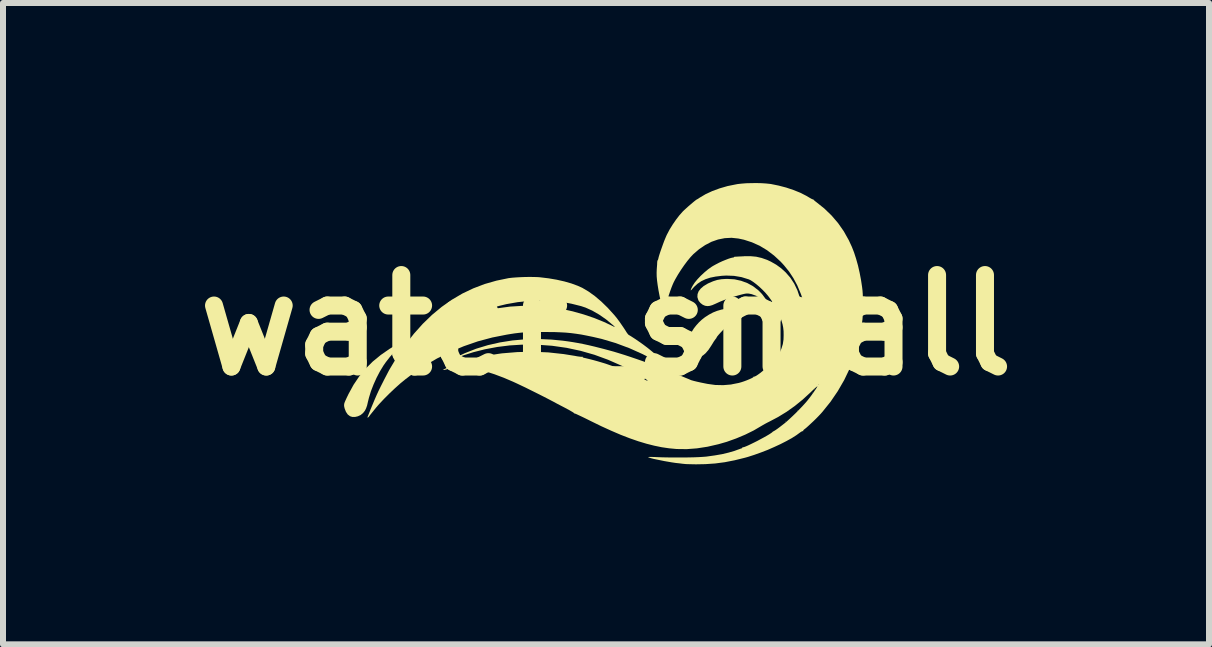
<source format=kicad_pcb>
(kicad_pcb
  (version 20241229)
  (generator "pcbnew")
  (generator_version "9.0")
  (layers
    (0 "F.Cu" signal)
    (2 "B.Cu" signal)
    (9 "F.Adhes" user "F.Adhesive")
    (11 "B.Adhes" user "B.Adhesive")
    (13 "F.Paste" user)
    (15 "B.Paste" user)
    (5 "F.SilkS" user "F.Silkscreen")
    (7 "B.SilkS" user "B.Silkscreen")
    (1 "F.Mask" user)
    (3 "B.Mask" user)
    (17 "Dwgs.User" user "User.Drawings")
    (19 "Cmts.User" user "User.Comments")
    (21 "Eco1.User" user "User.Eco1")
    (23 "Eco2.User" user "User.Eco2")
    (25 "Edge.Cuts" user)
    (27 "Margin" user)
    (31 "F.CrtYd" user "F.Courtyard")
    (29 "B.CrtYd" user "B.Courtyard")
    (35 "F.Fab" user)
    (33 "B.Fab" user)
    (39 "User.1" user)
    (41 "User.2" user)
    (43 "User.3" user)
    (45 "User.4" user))
  (footprint "water_small"
    (layer "F.Cu")
    (at 7.047 2.367)
    (property "Reference" "water_small" (at 0 0 0) (layer "F.SilkS") (effects (font (size 1.524 1.524) (thickness 0.3))))
    (attr board_only exclude_from_pos_files exclude_from_bom)
    (fp_poly (pts (xy 0.382 0.766) (xy 0.378 0.77) (xy 0.374 0.766) (xy 0.378 0.762)) (stroke (width 0) (type solid)) (fill yes) (layer "F.SilkS"))
    (fp_poly (pts (xy 0.408 0.766) (xy 0.404 0.77) (xy 0.399 0.766) (xy 0.404 0.762)) (stroke (width 0) (type solid)) (fill yes) (layer "F.SilkS"))
    (fp_poly (pts (xy 0.985 0.605) (xy 0.981 0.61) (xy 0.977 0.605) (xy 0.981 0.601)) (stroke (width 0) (type solid)) (fill yes) (layer "F.SilkS"))
    (fp_poly (pts (xy 1.385 0.199) (xy 1.38 0.203) (xy 1.376 0.199) (xy 1.38 0.195)) (stroke (width 0) (type solid)) (fill yes) (layer "F.SilkS"))
    (fp_poly (pts (xy 2.99 1.604) (xy 2.986 1.609) (xy 2.982 1.604) (xy 2.986 1.6)) (stroke (width 0) (type solid)) (fill yes) (layer "F.SilkS"))
    (fp_poly (pts (xy 3.194 1.418) (xy 3.19 1.422) (xy 3.186 1.418) (xy 3.19 1.414)) (stroke (width 0) (type solid)) (fill yes) (layer "F.SilkS"))
    (fp_poly (pts (xy 3.44 1.13) (xy 3.436 1.135) (xy 3.432 1.13) (xy 3.436 1.126)) (stroke (width 0) (type solid)) (fill yes) (layer "F.SilkS"))
    (fp_poly (pts (xy 3.474 1.079) (xy 3.47 1.084) (xy 3.466 1.079) (xy 3.47 1.075)) (stroke (width 0) (type solid)) (fill yes) (layer "F.SilkS"))
    (fp_poly (pts (xy 2.141 -0.763) (xy 2.25 -0.739) (xy 2.354 -0.701) (xy 2.45 -0.648) (xy 2.537 -0.581) (xy 2.582 -0.536) (xy 2.604 -0.511) (xy 2.628 -0.479) (xy 2.653 -0.445) (xy 2.676 -0.41) (xy 2.694 -0.38) (xy 2.706 -0.356) (xy 2.71 -0.344) (xy 2.704 -0.346) (xy 2.689 -0.357) (xy 2.668 -0.376) (xy 2.659 -0.384) (xy 2.585 -0.443) (xy 2.506 -0.487) (xy 2.426 -0.516) (xy 2.387 -0.524) (xy 2.364 -0.527) (xy 2.341 -0.527) (xy 2.314 -0.523) (xy 2.278 -0.515) (xy 2.243 -0.506) (xy 2.121 -0.472) (xy 2.01 -0.435) (xy 1.902 -0.392) (xy 1.821 -0.355) (xy 1.77 -0.333) (xy 1.728 -0.321) (xy 1.691 -0.317) (xy 1.655 -0.322) (xy 1.652 -0.322) (xy 1.612 -0.339) (xy 1.574 -0.368) (xy 1.544 -0.404) (xy 1.537 -0.419) (xy 1.522 -0.468) (xy 1.525 -0.517) (xy 1.543 -0.564) (xy 1.578 -0.609) (xy 1.628 -0.652) (xy 1.693 -0.691) (xy 1.709 -0.699) (xy 1.784 -0.731) (xy 1.853 -0.753) (xy 1.923 -0.765) (xy 2.001 -0.77) (xy 2.026 -0.77)) (stroke (width 0) (type solid)) (fill yes) (layer "F.SilkS"))
    (fp_poly (pts (xy -3.349 0.266) (xy -3.353 0.273) (xy -3.366 0.288) (xy -3.386 0.306) (xy -3.456 0.371) (xy -3.529 0.447) (xy -3.601 0.53) (xy -3.668 0.616) (xy -3.708 0.673) (xy -3.767 0.77) (xy -3.823 0.877) (xy -3.873 0.988) (xy -3.917 1.101) (xy -3.95 1.21) (xy -3.967 1.278) (xy -3.981 1.339) (xy -3.998 1.387) (xy -4.017 1.425) (xy -4.043 1.458) (xy -4.051 1.467) (xy -4.089 1.498) (xy -4.135 1.519) (xy -4.183 1.53) (xy -4.229 1.529) (xy -4.264 1.518) (xy -4.303 1.489) (xy -4.333 1.445) (xy -4.355 1.389) (xy -4.355 1.387) (xy -4.361 1.364) (xy -4.364 1.345) (xy -4.364 1.327) (xy -4.361 1.306) (xy -4.353 1.282) (xy -4.339 1.25) (xy -4.32 1.209) (xy -4.294 1.155) (xy -4.29 1.147) (xy -4.207 0.995) (xy -4.113 0.855) (xy -4.006 0.726) (xy -3.887 0.607) (xy -3.753 0.497) (xy -3.606 0.395) (xy -3.599 0.391) (xy -3.568 0.372) (xy -3.531 0.352) (xy -3.491 0.33) (xy -3.451 0.31) (xy -3.414 0.292) (xy -3.383 0.278) (xy -3.361 0.268) (xy -3.35 0.266)) (stroke (width 0) (type solid)) (fill yes) (layer "F.SilkS"))
    (fp_poly (pts (xy 2.487 -0.351) (xy 2.473 -0.338) (xy 2.445 -0.317) (xy 2.403 -0.288) (xy 2.402 -0.288) (xy 2.364 -0.262) (xy 2.323 -0.233) (xy 2.281 -0.202) (xy 2.24 -0.172) (xy 2.204 -0.145) (xy 2.174 -0.122) (xy 2.153 -0.105) (xy 2.145 -0.098) (xy 2.13 -0.085) (xy 2.123 -0.08) (xy 2.104 -0.067) (xy 2.078 -0.045) (xy 2.046 -0.015) (xy 2.011 0.018) (xy 1.974 0.055) (xy 1.939 0.092) (xy 1.906 0.127) (xy 1.878 0.158) (xy 1.857 0.183) (xy 1.845 0.2) (xy 1.843 0.205) (xy 1.838 0.216) (xy 1.826 0.231) (xy 1.815 0.246) (xy 1.797 0.271) (xy 1.777 0.304) (xy 1.756 0.338) (xy 1.707 0.412) (xy 1.658 0.469) (xy 1.61 0.509) (xy 1.56 0.532) (xy 1.51 0.539) (xy 1.47 0.532) (xy 1.428 0.512) (xy 1.396 0.479) (xy 1.375 0.435) (xy 1.364 0.381) (xy 1.365 0.319) (xy 1.376 0.258) (xy 1.385 0.223) (xy 1.393 0.195) (xy 1.4 0.177) (xy 1.402 0.174) (xy 1.409 0.159) (xy 1.414 0.145) (xy 1.433 0.103) (xy 1.463 0.055) (xy 1.502 0.005) (xy 1.547 -0.045) (xy 1.596 -0.091) (xy 1.646 -0.13) (xy 1.65 -0.133) (xy 1.717 -0.176) (xy 1.783 -0.211) (xy 1.851 -0.238) (xy 1.924 -0.259) (xy 2.005 -0.275) (xy 2.097 -0.287) (xy 2.17 -0.292) (xy 2.248 -0.3) (xy 2.32 -0.31) (xy 2.385 -0.323) (xy 2.437 -0.339) (xy 2.449 -0.343) (xy 2.475 -0.353) (xy 2.487 -0.355)) (stroke (width 0) (type solid)) (fill yes) (layer "F.SilkS"))
    (fp_poly (pts (xy -1.198 -0.802) (xy -1.134 -0.8) (xy -1.099 -0.797) (xy -0.958 -0.78) (xy -0.823 -0.757) (xy -0.694 -0.728) (xy -0.576 -0.694) (xy -0.47 -0.655) (xy -0.395 -0.621) (xy -0.292 -0.56) (xy -0.186 -0.484) (xy -0.079 -0.393) (xy 0.029 -0.288) (xy 0.136 -0.17) (xy 0.175 -0.123) (xy 0.196 -0.095) (xy 0.224 -0.057) (xy 0.256 -0.011) (xy 0.289 0.037) (xy 0.32 0.084) (xy 0.343 0.121) (xy 0.359 0.143) (xy 0.373 0.159) (xy 0.379 0.164) (xy 0.394 0.172) (xy 0.42 0.188) (xy 0.454 0.21) (xy 0.494 0.236) (xy 0.536 0.265) (xy 0.578 0.294) (xy 0.617 0.322) (xy 0.649 0.346) (xy 0.699 0.384) (xy 0.753 0.428) (xy 0.809 0.474) (xy 0.865 0.521) (xy 0.92 0.569) (xy 0.972 0.615) (xy 1.019 0.658) (xy 1.061 0.698) (xy 1.095 0.732) (xy 1.12 0.759) (xy 1.135 0.777) (xy 1.138 0.785) (xy 1.132 0.784) (xy 1.114 0.775) (xy 1.086 0.759) (xy 1.053 0.738) (xy 1.039 0.728) (xy 0.829 0.599) (xy 0.612 0.484) (xy 0.389 0.384) (xy 0.161 0.299) (xy -0.071 0.23) (xy -0.217 0.196) (xy -0.319 0.175) (xy -0.411 0.157) (xy -0.497 0.144) (xy -0.581 0.133) (xy -0.665 0.125) (xy -0.753 0.12) (xy -0.85 0.116) (xy -0.957 0.115) (xy -1.036 0.114) (xy -1.131 0.115) (xy -1.212 0.116) (xy -1.283 0.117) (xy -1.346 0.12) (xy -1.404 0.124) (xy -1.461 0.13) (xy -1.52 0.137) (xy -1.585 0.147) (xy -1.652 0.158) (xy -1.895 0.206) (xy -2.135 0.27) (xy -2.369 0.351) (xy -2.597 0.446) (xy -2.818 0.557) (xy -3.032 0.682) (xy -3.237 0.822) (xy -3.345 0.904) (xy -3.428 0.972) (xy -3.516 1.051) (xy -3.607 1.137) (xy -3.696 1.226) (xy -3.779 1.314) (xy -3.785 1.321) (xy -3.808 1.347) (xy -3.836 1.38) (xy -3.865 1.416) (xy -3.894 1.452) (xy -3.92 1.484) (xy -3.939 1.509) (xy -3.947 1.52) (xy -3.959 1.534) (xy -3.97 1.541) (xy -3.975 1.538) (xy -3.973 1.53) (xy -3.969 1.519) (xy -3.959 1.495) (xy -3.946 1.462) (xy -3.93 1.423) (xy -3.927 1.414) (xy -3.891 1.327) (xy -3.855 1.241) (xy -3.814 1.147) (xy -3.808 1.135) (xy -3.795 1.106) (xy -3.775 1.065) (xy -3.751 1.016) (xy -3.723 0.961) (xy -3.695 0.905) (xy -3.666 0.85) (xy -3.64 0.8) (xy -3.618 0.758) (xy -3.601 0.728) (xy -3.475 0.517) (xy -3.341 0.322) (xy -3.2 0.142) (xy -3.053 -0.022) (xy -2.899 -0.171) (xy -2.835 -0.224) (xy -2.08 -0.224) (xy -2.071 -0.225) (xy -2.049 -0.229) (xy -2.017 -0.236) (xy -1.979 -0.245) (xy -1.792 -0.283) (xy -1.597 -0.309) (xy -1.398 -0.321) (xy -1.197 -0.321) (xy -0.998 -0.309) (xy -0.806 -0.283) (xy -0.739 -0.271) (xy -0.553 -0.229) (xy -0.372 -0.178) (xy -0.198 -0.119) (xy -0.035 -0.053) (xy 0.093 0.007) (xy 0.125 0.023) (xy 0.142 0.03) (xy 0.146 0.029) (xy 0.137 0.019) (xy 0.117 0.000452) (xy -0.001 -0.097) (xy -0.117 -0.177) (xy -0.23 -0.242) (xy -0.341 -0.292) (xy -0.416 -0.317) (xy -0.576 -0.357) (xy -0.731 -0.386) (xy -0.888 -0.403) (xy -1.051 -0.409) (xy -1.079 -0.409) (xy -1.279 -0.402) (xy -1.471 -0.383) (xy -1.659 -0.35) (xy -1.746 -0.329) (xy -1.775 -0.322) (xy -1.812 -0.311) (xy -1.855 -0.298) (xy -1.901 -0.284) (xy -1.947 -0.27) (xy -1.99 -0.256) (xy -2.028 -0.244) (xy -2.057 -0.234) (xy -2.075 -0.227) (xy -2.08 -0.224) (xy -2.835 -0.224) (xy -2.737 -0.305) (xy -2.569 -0.423) (xy -2.394 -0.526) (xy -2.211 -0.613) (xy -2.022 -0.685) (xy -1.826 -0.741) (xy -1.623 -0.783) (xy -1.615 -0.784) (xy -1.563 -0.79) (xy -1.498 -0.795) (xy -1.426 -0.799) (xy -1.348 -0.802) (xy -1.271 -0.803)) (stroke (width 0) (type solid)) (fill yes) (layer "F.SilkS"))
    (fp_poly (pts (xy 2.59 -2.365) (xy 2.667 -2.36) (xy 2.733 -2.353) (xy 2.748 -2.351) (xy 2.876 -2.325) (xy 3.002 -2.292) (xy 3.124 -2.251) (xy 3.238 -2.205) (xy 3.34 -2.153) (xy 3.392 -2.122) (xy 3.418 -2.107) (xy 3.439 -2.097) (xy 3.451 -2.094) (xy 3.457 -2.095) (xy 3.455 -2.093) (xy 3.459 -2.087) (xy 3.473 -2.074) (xy 3.495 -2.056) (xy 3.502 -2.051) (xy 3.637 -1.943) (xy 3.758 -1.826) (xy 3.866 -1.7) (xy 3.961 -1.564) (xy 4.044 -1.416) (xy 4.096 -1.304) (xy 4.132 -1.212) (xy 4.166 -1.107) (xy 4.198 -0.993) (xy 4.225 -0.874) (xy 4.248 -0.754) (xy 4.266 -0.636) (xy 4.273 -0.577) (xy 4.277 -0.522) (xy 4.28 -0.454) (xy 4.281 -0.379) (xy 4.281 -0.302) (xy 4.28 -0.226) (xy 4.277 -0.158) (xy 4.273 -0.102) (xy 4.273 -0.1) (xy 4.244 0.111) (xy 4.198 0.32) (xy 4.137 0.524) (xy 4.06 0.723) (xy 3.968 0.915) (xy 3.861 1.1) (xy 3.741 1.276) (xy 3.607 1.443) (xy 3.577 1.477) (xy 3.542 1.514) (xy 3.501 1.556) (xy 3.457 1.599) (xy 3.412 1.641) (xy 3.37 1.68) (xy 3.333 1.713) (xy 3.304 1.736) (xy 3.297 1.741) (xy 3.286 1.753) (xy 3.284 1.763) (xy 3.285 1.768) (xy 3.28 1.766) (xy 3.268 1.767) (xy 3.247 1.779) (xy 3.234 1.788) (xy 3.171 1.834) (xy 3.094 1.883) (xy 3.005 1.932) (xy 2.907 1.982) (xy 2.801 2.031) (xy 2.692 2.079) (xy 2.58 2.122) (xy 2.468 2.162) (xy 2.359 2.197) (xy 2.312 2.21) (xy 2.141 2.252) (xy 1.978 2.284) (xy 1.817 2.305) (xy 1.655 2.316) (xy 1.499 2.319) (xy 1.448 2.318) (xy 1.401 2.317) (xy 1.362 2.316) (xy 1.334 2.315) (xy 1.321 2.314) (xy 1.301 2.312) (xy 1.27 2.309) (xy 1.233 2.304) (xy 1.215 2.302) (xy 1.16 2.296) (xy 1.099 2.287) (xy 1.035 2.276) (xy 0.971 2.265) (xy 0.908 2.252) (xy 0.849 2.24) (xy 0.796 2.229) (xy 0.753 2.218) (xy 0.721 2.208) (xy 0.703 2.201) (xy 0.701 2.199) (xy 0.706 2.197) (xy 0.726 2.196) (xy 0.759 2.196) (xy 0.802 2.197) (xy 0.841 2.199) (xy 0.922 2.202) (xy 1.01 2.204) (xy 1.103 2.205) (xy 1.198 2.205) (xy 1.292 2.205) (xy 1.384 2.204) (xy 1.469 2.202) (xy 1.546 2.199) (xy 1.612 2.195) (xy 1.664 2.191) (xy 1.674 2.19) (xy 1.81 2.171) (xy 1.932 2.15) (xy 2.041 2.124) (xy 2.141 2.095) (xy 2.187 2.078) (xy 2.219 2.067) (xy 2.245 2.057) (xy 2.262 2.052) (xy 2.263 2.051) (xy 2.272 2.045) (xy 2.269 2.041) (xy 2.269 2.037) (xy 2.283 2.035) (xy 2.285 2.035) (xy 2.302 2.031) (xy 2.331 2.02) (xy 2.37 2.003) (xy 2.416 1.981) (xy 2.467 1.956) (xy 2.521 1.929) (xy 2.575 1.9) (xy 2.627 1.872) (xy 2.675 1.845) (xy 2.716 1.821) (xy 2.748 1.8) (xy 2.769 1.785) (xy 2.776 1.777) (xy 2.786 1.77) (xy 2.788 1.77) (xy 2.799 1.764) (xy 2.822 1.75) (xy 2.854 1.728) (xy 2.893 1.699) (xy 2.937 1.665) (xy 2.982 1.63) (xy 3.017 1.6) (xy 3.061 1.56) (xy 3.111 1.513) (xy 3.164 1.462) (xy 3.216 1.409) (xy 3.266 1.357) (xy 3.31 1.309) (xy 3.345 1.269) (xy 3.358 1.253) (xy 3.388 1.215) (xy 3.419 1.174) (xy 3.449 1.132) (xy 3.476 1.093) (xy 3.499 1.059) (xy 3.515 1.033) (xy 3.523 1.019) (xy 3.519 1.02) (xy 3.504 1.031) (xy 3.481 1.051) (xy 3.451 1.078) (xy 3.416 1.112) (xy 3.41 1.118) (xy 3.278 1.239) (xy 3.145 1.347) (xy 3.01 1.443) (xy 2.868 1.53) (xy 2.728 1.604) (xy 2.686 1.625) (xy 2.645 1.647) (xy 2.61 1.667) (xy 2.588 1.68) (xy 2.46 1.755) (xy 2.318 1.825) (xy 2.168 1.888) (xy 2.012 1.944) (xy 1.873 1.984) (xy 1.69 2.026) (xy 1.514 2.053) (xy 1.344 2.066) (xy 1.177 2.064) (xy 1.05 2.052) (xy 0.927 2.034) (xy 0.801 2.008) (xy 0.671 1.975) (xy 0.535 1.934) (xy 0.394 1.885) (xy 0.244 1.827) (xy 0.086 1.759) (xy -0.083 1.682) (xy -0.263 1.594) (xy -0.313 1.569) (xy -0.368 1.542) (xy -0.418 1.518) (xy -0.461 1.498) (xy -0.495 1.482) (xy -0.518 1.473) (xy -0.529 1.47) (xy -0.529 1.47) (xy -0.534 1.471) (xy -0.533 1.468) (xy -0.538 1.461) (xy -0.556 1.449) (xy -0.585 1.432) (xy -0.621 1.411) (xy -0.648 1.397) (xy -0.698 1.37) (xy -0.758 1.339) (xy -0.821 1.306) (xy -0.88 1.274) (xy -0.909 1.259) (xy -0.968 1.228) (xy -1.036 1.193) (xy -1.111 1.155) (xy -1.189 1.116) (xy -1.268 1.077) (xy -1.344 1.039) (xy -1.416 1.005) (xy -1.479 0.975) (xy -1.531 0.951) (xy -1.546 0.944) (xy -1.703 0.877) (xy -1.857 0.819) (xy -2.008 0.77) (xy -2.151 0.731) (xy -2.287 0.702) (xy -2.386 0.686) (xy -2.41 0.684) (xy -2.434 0.684) (xy -2.46 0.687) (xy -2.492 0.692) (xy -2.53 0.701) (xy -2.579 0.714) (xy -2.64 0.732) (xy -2.682 0.744) (xy -2.702 0.748) (xy -2.713 0.746) (xy -2.714 0.745) (xy -2.708 0.74) (xy -2.689 0.73) (xy -2.658 0.716) (xy -2.619 0.7) (xy -2.573 0.682) (xy -2.524 0.662) (xy -2.473 0.644) (xy -2.423 0.626) (xy -2.377 0.61) (xy -2.366 0.607) (xy -2.259 0.576) (xy -2.142 0.546) (xy -2.019 0.518) (xy -1.898 0.495) (xy -1.783 0.477) (xy -1.733 0.47) (xy -1.477 0.449) (xy -1.221 0.443) (xy -0.965 0.454) (xy -0.707 0.482) (xy -0.52 0.512) (xy -0.478 0.52) (xy -0.44 0.525) (xy -0.411 0.528) (xy -0.394 0.528) (xy -0.393 0.528) (xy -0.384 0.526) (xy -0.389 0.531) (xy -0.388 0.537) (xy -0.37 0.544) (xy -0.346 0.549) (xy -0.309 0.558) (xy -0.26 0.57) (xy -0.202 0.585) (xy -0.141 0.602) (xy -0.08 0.62) (xy -0.023 0.637) (xy -0.004 0.643) (xy 0.177 0.706) (xy 0.361 0.779) (xy 0.552 0.865) (xy 0.568 0.873) (xy 0.61 0.893) (xy 0.646 0.909) (xy 0.674 0.921) (xy 0.691 0.927) (xy 0.695 0.928) (xy 0.69 0.921) (xy 0.673 0.907) (xy 0.645 0.888) (xy 0.606 0.865) (xy 0.561 0.838) (xy 0.51 0.808) (xy 0.455 0.778) (xy 0.398 0.747) (xy 0.341 0.717) (xy 0.286 0.689) (xy 0.259 0.676) (xy 0.034 0.577) (xy -0.193 0.494) (xy -0.424 0.428) (xy -0.658 0.378) (xy -0.897 0.344) (xy -1.142 0.326) (xy -1.185 0.325) (xy -1.395 0.325) (xy -1.605 0.338) (xy -1.813 0.364) (xy -2.016 0.402) (xy -2.211 0.451) (xy -2.362 0.499) (xy -2.415 0.517) (xy -2.452 0.528) (xy -2.474 0.534) (xy -2.481 0.532) (xy -2.472 0.525) (xy -2.448 0.512) (xy -2.408 0.493) (xy -2.354 0.468) (xy -2.349 0.466) (xy -2.164 0.393) (xy -1.97 0.334) (xy -1.767 0.288) (xy -1.558 0.255) (xy -1.344 0.236) (xy -1.125 0.231) (xy -0.905 0.241) (xy -0.722 0.259) (xy -0.632 0.271) (xy -0.548 0.284) (xy -0.467 0.298) (xy -0.384 0.314) (xy -0.296 0.333) (xy -0.198 0.356) (xy -0.127 0.374) (xy -0.04 0.396) (xy 0.045 0.419) (xy 0.129 0.442) (xy 0.215 0.468) (xy 0.305 0.496) (xy 0.402 0.528) (xy 0.508 0.564) (xy 0.625 0.605) (xy 0.722 0.639) (xy 0.75 0.65) (xy 0.79 0.665) (xy 0.839 0.684) (xy 0.896 0.706) (xy 0.958 0.73) (xy 1.023 0.756) (xy 1.089 0.782) (xy 1.155 0.808) (xy 1.216 0.833) (xy 1.273 0.856) (xy 1.321 0.876) (xy 1.36 0.892) (xy 1.387 0.903) (xy 1.399 0.909) (xy 1.422 0.918) (xy 1.461 0.929) (xy 1.514 0.942) (xy 1.581 0.957) (xy 1.66 0.973) (xy 1.69 0.979) (xy 1.82 0.997) (xy 1.953 1) (xy 2.085 0.989) (xy 2.096 0.986) (xy 3.534 0.986) (xy 3.538 0.991) (xy 3.542 0.986) (xy 3.538 0.982) (xy 3.534 0.986) (xy 2.096 0.986) (xy 2.212 0.963) (xy 2.255 0.951) (xy 2.3 0.936) (xy 2.343 0.92) (xy 2.384 0.903) (xy 2.418 0.888) (xy 2.443 0.875) (xy 2.456 0.865) (xy 2.458 0.861) (xy 2.458 0.857) (xy 2.462 0.858) (xy 2.475 0.857) (xy 2.499 0.846) (xy 2.531 0.825) (xy 2.57 0.797) (xy 2.613 0.762) (xy 2.66 0.723) (xy 2.709 0.68) (xy 2.756 0.635) (xy 2.767 0.624) (xy 2.804 0.587) (xy 2.832 0.557) (xy 2.853 0.53) (xy 2.87 0.503) (xy 2.887 0.471) (xy 2.892 0.462) (xy 2.924 0.386) (xy 2.946 0.314) (xy 2.957 0.238) (xy 2.959 0.165) (xy 2.958 0.101) (xy 2.952 0.044) (xy 2.941 -0.013) (xy 2.923 -0.075) (xy 2.916 -0.097) (xy 2.902 -0.138) (xy 2.886 -0.178) (xy 2.87 -0.215) (xy 2.854 -0.247) (xy 2.841 -0.271) (xy 2.831 -0.283) (xy 2.828 -0.283) (xy 2.824 -0.285) (xy 2.825 -0.29) (xy 2.822 -0.302) (xy 2.811 -0.324) (xy 2.792 -0.355) (xy 2.769 -0.391) (xy 2.742 -0.43) (xy 2.713 -0.47) (xy 2.694 -0.494) (xy 2.652 -0.543) (xy 2.604 -0.592) (xy 2.554 -0.639) (xy 2.503 -0.682) (xy 2.454 -0.719) (xy 2.411 -0.747) (xy 2.38 -0.762) (xy 2.257 -0.8) (xy 2.132 -0.821) (xy 2.003 -0.826) (xy 1.931 -0.822) (xy 1.826 -0.809) (xy 1.736 -0.791) (xy 1.657 -0.765) (xy 1.587 -0.732) (xy 1.525 -0.69) (xy 1.468 -0.638) (xy 1.428 -0.593) (xy 1.415 -0.58) (xy 1.411 -0.58) (xy 1.413 -0.592) (xy 1.422 -0.615) (xy 1.438 -0.646) (xy 1.445 -0.659) (xy 1.478 -0.709) (xy 1.523 -0.764) (xy 1.577 -0.821) (xy 1.637 -0.877) (xy 1.699 -0.929) (xy 1.761 -0.973) (xy 1.784 -0.987) (xy 1.831 -1.013) (xy 1.883 -1.04) (xy 1.937 -1.065) (xy 1.991 -1.087) (xy 2.04 -1.106) (xy 2.081 -1.119) (xy 2.112 -1.126) (xy 2.12 -1.126) (xy 2.13 -1.129) (xy 2.129 -1.132) (xy 2.134 -1.137) (xy 2.151 -1.14) (xy 2.156 -1.14) (xy 2.177 -1.141) (xy 2.21 -1.143) (xy 2.251 -1.145) (xy 2.295 -1.147) (xy 2.299 -1.148) (xy 2.405 -1.149) (xy 2.502 -1.14) (xy 2.593 -1.119) (xy 2.684 -1.087) (xy 2.746 -1.058) (xy 2.837 -1.006) (xy 2.918 -0.947) (xy 2.991 -0.881) (xy 3.07 -0.791) (xy 3.136 -0.69) (xy 3.188 -0.581) (xy 3.227 -0.465) (xy 3.25 -0.344) (xy 3.256 -0.284) (xy 3.257 -0.269) (xy 3.259 -0.266) (xy 3.263 -0.276) (xy 3.268 -0.302) (xy 3.27 -0.313) (xy 3.276 -0.361) (xy 3.276 -0.405) (xy 3.269 -0.449) (xy 3.254 -0.499) (xy 3.242 -0.53) (xy 3.186 -0.663) (xy 3.122 -0.782) (xy 3.05 -0.892) (xy 2.966 -0.996) (xy 2.91 -1.057) (xy 2.8 -1.159) (xy 2.683 -1.248) (xy 2.56 -1.322) (xy 2.431 -1.38) (xy 2.298 -1.423) (xy 2.205 -1.443) (xy 2.091 -1.455) (xy 1.978 -1.449) (xy 1.867 -1.427) (xy 1.758 -1.389) (xy 1.652 -1.334) (xy 1.549 -1.264) (xy 1.454 -1.182) (xy 1.407 -1.132) (xy 1.355 -1.069) (xy 1.302 -0.998) (xy 1.249 -0.921) (xy 1.198 -0.841) (xy 1.153 -0.763) (xy 1.128 -0.715) (xy 1.11 -0.675) (xy 1.09 -0.625) (xy 1.069 -0.567) (xy 1.048 -0.505) (xy 1.027 -0.441) (xy 1.009 -0.378) (xy 0.993 -0.32) (xy 0.98 -0.268) (xy 0.972 -0.226) (xy 0.968 -0.197) (xy 0.968 -0.196) (xy 0.967 -0.169) (xy 0.963 -0.157) (xy 0.958 -0.16) (xy 0.952 -0.176) (xy 0.946 -0.205) (xy 0.942 -0.23) (xy 0.937 -0.269) (xy 0.929 -0.315) (xy 0.919 -0.36) (xy 0.918 -0.368) (xy 0.893 -0.481) (xy 0.874 -0.581) (xy 0.86 -0.668) (xy 0.85 -0.744) (xy 0.844 -0.813) (xy 0.843 -0.876) (xy 0.845 -0.927) (xy 0.848 -0.969) (xy 0.851 -1.007) (xy 0.852 -1.037) (xy 0.853 -1.051) (xy 0.855 -1.07) (xy 0.858 -1.079) (xy 0.859 -1.079) (xy 0.864 -1.084) (xy 0.869 -1.1) (xy 0.87 -1.103) (xy 0.877 -1.134) (xy 0.89 -1.177) (xy 0.907 -1.229) (xy 0.927 -1.286) (xy 0.948 -1.345) (xy 0.969 -1.402) (xy 0.99 -1.453) (xy 1.008 -1.495) (xy 1.015 -1.509) (xy 1.059 -1.593) (xy 1.111 -1.677) (xy 1.167 -1.758) (xy 1.224 -1.832) (xy 1.281 -1.896) (xy 1.304 -1.918) (xy 1.335 -1.946) (xy 1.369 -1.977) (xy 1.404 -2.007) (xy 1.438 -2.036) (xy 1.468 -2.061) (xy 1.491 -2.079) (xy 1.505 -2.09) (xy 1.508 -2.091) (xy 1.517 -2.096) (xy 1.536 -2.107) (xy 1.561 -2.124) (xy 1.561 -2.124) (xy 1.659 -2.182) (xy 1.771 -2.234) (xy 1.894 -2.279) (xy 2.025 -2.317) (xy 2.164 -2.345) (xy 2.196 -2.351) (xy 2.261 -2.358) (xy 2.338 -2.364) (xy 2.421 -2.366) (xy 2.507 -2.367)) (stroke (width 0) (type solid)) (fill yes) (layer "F.SilkS")))
  (gr_rect
    (start -3 -3)
    (end 17.093 7.685)
    (stroke (width 0.1) (type default))
    (fill no)
    (layer "Edge.Cuts")))
</source>
